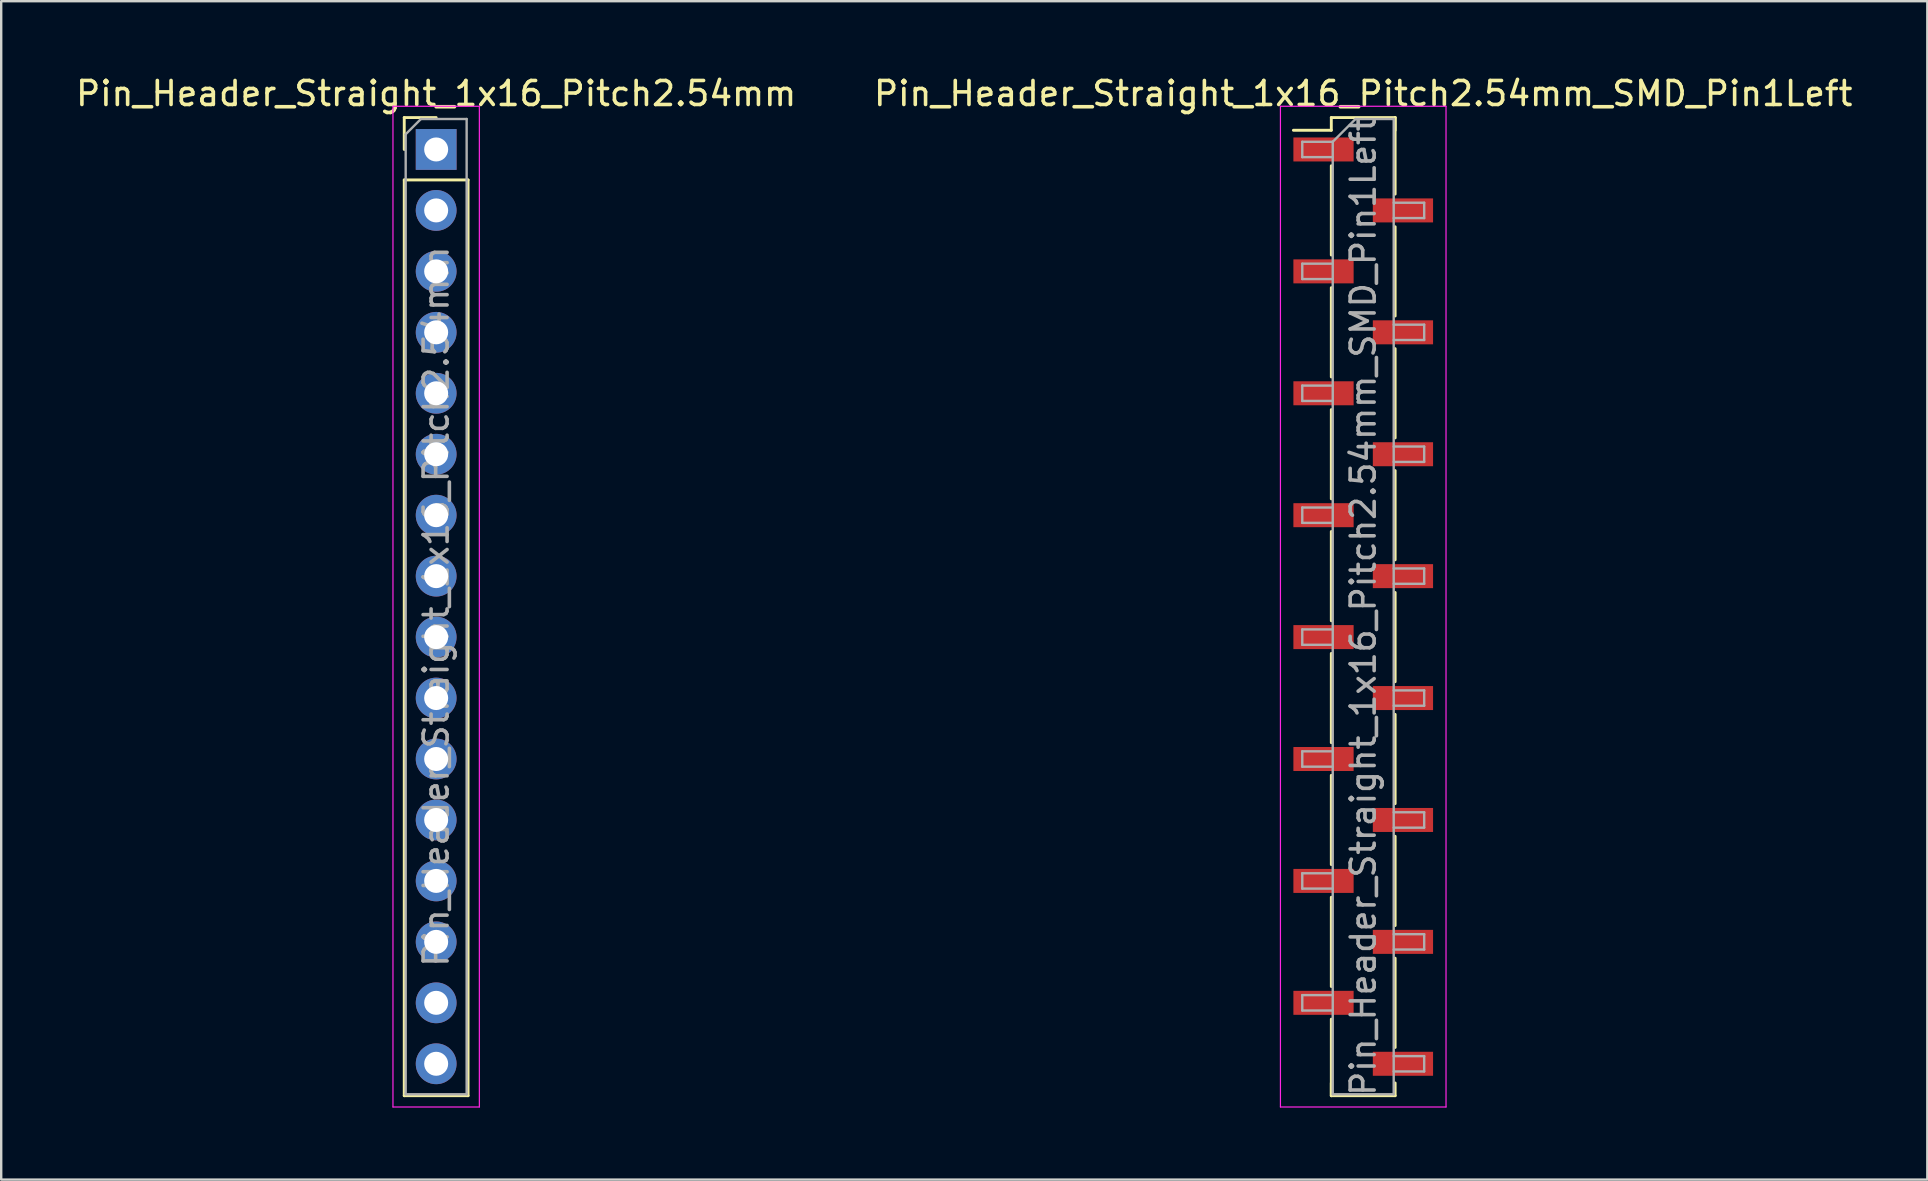
<source format=kicad_pcb>
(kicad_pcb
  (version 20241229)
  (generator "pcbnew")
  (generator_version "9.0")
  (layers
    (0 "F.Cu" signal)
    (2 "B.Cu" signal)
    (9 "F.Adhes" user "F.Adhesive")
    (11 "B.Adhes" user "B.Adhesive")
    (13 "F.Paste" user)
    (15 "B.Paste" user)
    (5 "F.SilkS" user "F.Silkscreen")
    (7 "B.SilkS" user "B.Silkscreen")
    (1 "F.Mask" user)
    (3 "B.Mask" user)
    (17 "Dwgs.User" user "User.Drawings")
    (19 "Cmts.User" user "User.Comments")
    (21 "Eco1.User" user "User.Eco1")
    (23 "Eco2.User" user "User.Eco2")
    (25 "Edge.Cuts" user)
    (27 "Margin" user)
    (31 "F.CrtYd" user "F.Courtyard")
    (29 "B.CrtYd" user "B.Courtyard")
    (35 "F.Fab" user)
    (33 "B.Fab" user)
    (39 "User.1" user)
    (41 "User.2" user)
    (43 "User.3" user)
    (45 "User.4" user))
  (footprint "Pin_Header_Straight_1x16_Pitch2.54mm_SMD_Pin1Left"
    (layer "F.Cu")
    (at 53.756 22.228)
    (property "Reference" "Pin_Header_Straight_1x16_Pitch2.54mm_SMD_Pin1Left" (at 0 -21.38 0) (layer "F.SilkS") (effects (font (size 1 1) (thickness 0.15))))
    (attr smd)
    (fp_line (start -1.33 -20.38) (end 1.33 -20.38) (stroke (width 0.12) (type solid)) (layer "F.SilkS"))
    (fp_line (start -1.33 -19.85) (end -2.91 -19.85) (stroke (width 0.12) (type solid)) (layer "F.SilkS"))
    (fp_line (start -1.33 -19.85) (end -1.33 -20.38) (stroke (width 0.12) (type solid)) (layer "F.SilkS"))
    (fp_line (start -1.33 -18.37) (end -1.33 -14.65) (stroke (width 0.12) (type solid)) (layer "F.SilkS"))
    (fp_line (start -1.33 -13.29) (end -1.33 -9.57) (stroke (width 0.12) (type solid)) (layer "F.SilkS"))
    (fp_line (start -1.33 -8.21) (end -1.33 -4.49) (stroke (width 0.12) (type solid)) (layer "F.SilkS"))
    (fp_line (start -1.33 -3.13) (end -1.33 0.59) (stroke (width 0.12) (type solid)) (layer "F.SilkS"))
    (fp_line (start -1.33 1.95) (end -1.33 5.67) (stroke (width 0.12) (type solid)) (layer "F.SilkS"))
    (fp_line (start -1.33 7.03) (end -1.33 10.75) (stroke (width 0.12) (type solid)) (layer "F.SilkS"))
    (fp_line (start -1.33 12.11) (end -1.33 15.83) (stroke (width 0.12) (type solid)) (layer "F.SilkS"))
    (fp_line (start -1.33 17.19) (end -1.33 20.38) (stroke (width 0.12) (type solid)) (layer "F.SilkS"))
    (fp_line (start -1.33 19.85) (end -1.33 20.38) (stroke (width 0.12) (type solid)) (layer "F.SilkS"))
    (fp_line (start -1.33 20.38) (end 1.33 20.38) (stroke (width 0.12) (type solid)) (layer "F.SilkS"))
    (fp_line (start 1.33 -20.38) (end 1.33 -19.85) (stroke (width 0.12) (type solid)) (layer "F.SilkS"))
    (fp_line (start 1.33 -20.38) (end 1.33 -17.19) (stroke (width 0.12) (type solid)) (layer "F.SilkS"))
    (fp_line (start 1.33 -15.83) (end 1.33 -12.11) (stroke (width 0.12) (type solid)) (layer "F.SilkS"))
    (fp_line (start 1.33 -10.75) (end 1.33 -7.03) (stroke (width 0.12) (type solid)) (layer "F.SilkS"))
    (fp_line (start 1.33 -5.67) (end 1.33 -1.95) (stroke (width 0.12) (type solid)) (layer "F.SilkS"))
    (fp_line (start 1.33 -0.59) (end 1.33 3.13) (stroke (width 0.12) (type solid)) (layer "F.SilkS"))
    (fp_line (start 1.33 4.49) (end 1.33 8.21) (stroke (width 0.12) (type solid)) (layer "F.SilkS"))
    (fp_line (start 1.33 9.57) (end 1.33 13.29) (stroke (width 0.12) (type solid)) (layer "F.SilkS"))
    (fp_line (start 1.33 14.65) (end 1.33 18.37) (stroke (width 0.12) (type solid)) (layer "F.SilkS"))
    (fp_line (start 1.33 20.38) (end 1.33 19.85) (stroke (width 0.12) (type solid)) (layer "F.SilkS"))
    (fp_line (start -3.45 -20.85) (end -3.45 20.85) (stroke (width 0.05) (type solid)) (layer "F.CrtYd"))
    (fp_line (start -3.45 20.85) (end 3.45 20.85) (stroke (width 0.05) (type solid)) (layer "F.CrtYd"))
    (fp_line (start 3.45 -20.85) (end -3.45 -20.85) (stroke (width 0.05) (type solid)) (layer "F.CrtYd"))
    (fp_line (start 3.45 20.85) (end 3.45 -20.85) (stroke (width 0.05) (type solid)) (layer "F.CrtYd"))
    (fp_line (start -2.54 -19.37) (end -2.54 -18.73) (stroke (width 0.1) (type solid)) (layer "F.Fab"))
    (fp_line (start -2.54 -18.73) (end -1.27 -18.73) (stroke (width 0.1) (type solid)) (layer "F.Fab"))
    (fp_line (start -2.54 -14.29) (end -2.54 -13.65) (stroke (width 0.1) (type solid)) (layer "F.Fab"))
    (fp_line (start -2.54 -13.65) (end -1.27 -13.65) (stroke (width 0.1) (type solid)) (layer "F.Fab"))
    (fp_line (start -2.54 -9.21) (end -2.54 -8.57) (stroke (width 0.1) (type solid)) (layer "F.Fab"))
    (fp_line (start -2.54 -8.57) (end -1.27 -8.57) (stroke (width 0.1) (type solid)) (layer "F.Fab"))
    (fp_line (start -2.54 -4.13) (end -2.54 -3.49) (stroke (width 0.1) (type solid)) (layer "F.Fab"))
    (fp_line (start -2.54 -3.49) (end -1.27 -3.49) (stroke (width 0.1) (type solid)) (layer "F.Fab"))
    (fp_line (start -2.54 0.95) (end -2.54 1.59) (stroke (width 0.1) (type solid)) (layer "F.Fab"))
    (fp_line (start -2.54 1.59) (end -1.27 1.59) (stroke (width 0.1) (type solid)) (layer "F.Fab"))
    (fp_line (start -2.54 6.03) (end -2.54 6.67) (stroke (width 0.1) (type solid)) (layer "F.Fab"))
    (fp_line (start -2.54 6.67) (end -1.27 6.67) (stroke (width 0.1) (type solid)) (layer "F.Fab"))
    (fp_line (start -2.54 11.11) (end -2.54 11.75) (stroke (width 0.1) (type solid)) (layer "F.Fab"))
    (fp_line (start -2.54 11.75) (end -1.27 11.75) (stroke (width 0.1) (type solid)) (layer "F.Fab"))
    (fp_line (start -2.54 16.19) (end -2.54 16.83) (stroke (width 0.1) (type solid)) (layer "F.Fab"))
    (fp_line (start -2.54 16.83) (end -1.27 16.83) (stroke (width 0.1) (type solid)) (layer "F.Fab"))
    (fp_line (start -1.27 -19.37) (end -2.54 -19.37) (stroke (width 0.1) (type solid)) (layer "F.Fab"))
    (fp_line (start -1.27 -19.37) (end -0.32 -20.32) (stroke (width 0.1) (type solid)) (layer "F.Fab"))
    (fp_line (start -1.27 -14.29) (end -2.54 -14.29) (stroke (width 0.1) (type solid)) (layer "F.Fab"))
    (fp_line (start -1.27 -9.21) (end -2.54 -9.21) (stroke (width 0.1) (type solid)) (layer "F.Fab"))
    (fp_line (start -1.27 -4.13) (end -2.54 -4.13) (stroke (width 0.1) (type solid)) (layer "F.Fab"))
    (fp_line (start -1.27 0.95) (end -2.54 0.95) (stroke (width 0.1) (type solid)) (layer "F.Fab"))
    (fp_line (start -1.27 6.03) (end -2.54 6.03) (stroke (width 0.1) (type solid)) (layer "F.Fab"))
    (fp_line (start -1.27 11.11) (end -2.54 11.11) (stroke (width 0.1) (type solid)) (layer "F.Fab"))
    (fp_line (start -1.27 16.19) (end -2.54 16.19) (stroke (width 0.1) (type solid)) (layer "F.Fab"))
    (fp_line (start -1.27 20.32) (end -1.27 -19.37) (stroke (width 0.1) (type solid)) (layer "F.Fab"))
    (fp_line (start -0.32 -20.32) (end 1.27 -20.32) (stroke (width 0.1) (type solid)) (layer "F.Fab"))
    (fp_line (start 1.27 -20.32) (end 1.27 20.32) (stroke (width 0.1) (type solid)) (layer "F.Fab"))
    (fp_line (start 1.27 -16.83) (end 2.54 -16.83) (stroke (width 0.1) (type solid)) (layer "F.Fab"))
    (fp_line (start 1.27 -11.75) (end 2.54 -11.75) (stroke (width 0.1) (type solid)) (layer "F.Fab"))
    (fp_line (start 1.27 -6.67) (end 2.54 -6.67) (stroke (width 0.1) (type solid)) (layer "F.Fab"))
    (fp_line (start 1.27 -1.59) (end 2.54 -1.59) (stroke (width 0.1) (type solid)) (layer "F.Fab"))
    (fp_line (start 1.27 3.49) (end 2.54 3.49) (stroke (width 0.1) (type solid)) (layer "F.Fab"))
    (fp_line (start 1.27 8.57) (end 2.54 8.57) (stroke (width 0.1) (type solid)) (layer "F.Fab"))
    (fp_line (start 1.27 13.65) (end 2.54 13.65) (stroke (width 0.1) (type solid)) (layer "F.Fab"))
    (fp_line (start 1.27 18.73) (end 2.54 18.73) (stroke (width 0.1) (type solid)) (layer "F.Fab"))
    (fp_line (start 1.27 20.32) (end -1.27 20.32) (stroke (width 0.1) (type solid)) (layer "F.Fab"))
    (fp_line (start 2.54 -16.83) (end 2.54 -16.19) (stroke (width 0.1) (type solid)) (layer "F.Fab"))
    (fp_line (start 2.54 -16.19) (end 1.27 -16.19) (stroke (width 0.1) (type solid)) (layer "F.Fab"))
    (fp_line (start 2.54 -11.75) (end 2.54 -11.11) (stroke (width 0.1) (type solid)) (layer "F.Fab"))
    (fp_line (start 2.54 -11.11) (end 1.27 -11.11) (stroke (width 0.1) (type solid)) (layer "F.Fab"))
    (fp_line (start 2.54 -6.67) (end 2.54 -6.03) (stroke (width 0.1) (type solid)) (layer "F.Fab"))
    (fp_line (start 2.54 -6.03) (end 1.27 -6.03) (stroke (width 0.1) (type solid)) (layer "F.Fab"))
    (fp_line (start 2.54 -1.59) (end 2.54 -0.95) (stroke (width 0.1) (type solid)) (layer "F.Fab"))
    (fp_line (start 2.54 -0.95) (end 1.27 -0.95) (stroke (width 0.1) (type solid)) (layer "F.Fab"))
    (fp_line (start 2.54 3.49) (end 2.54 4.13) (stroke (width 0.1) (type solid)) (layer "F.Fab"))
    (fp_line (start 2.54 4.13) (end 1.27 4.13) (stroke (width 0.1) (type solid)) (layer "F.Fab"))
    (fp_line (start 2.54 8.57) (end 2.54 9.21) (stroke (width 0.1) (type solid)) (layer "F.Fab"))
    (fp_line (start 2.54 9.21) (end 1.27 9.21) (stroke (width 0.1) (type solid)) (layer "F.Fab"))
    (fp_line (start 2.54 13.65) (end 2.54 14.29) (stroke (width 0.1) (type solid)) (layer "F.Fab"))
    (fp_line (start 2.54 14.29) (end 1.27 14.29) (stroke (width 0.1) (type solid)) (layer "F.Fab"))
    (fp_line (start 2.54 18.73) (end 2.54 19.37) (stroke (width 0.1) (type solid)) (layer "F.Fab"))
    (fp_line (start 2.54 19.37) (end 1.27 19.37) (stroke (width 0.1) (type solid)) (layer "F.Fab"))
    (fp_text user "${REFERENCE}" (at 0 0 90) (layer "F.Fab") (effects (font (size 1 1) (thickness 0.15))))
    (pad "1" smd rect (at -1.655 -19.05) (size 2.51 1) (layers "F.Cu" "F.Mask" "F.Paste"))
    (pad "2" smd rect (at 1.655 -16.51) (size 2.51 1) (layers "F.Cu" "F.Mask" "F.Paste"))
    (pad "3" smd rect (at -1.655 -13.97) (size 2.51 1) (layers "F.Cu" "F.Mask" "F.Paste"))
    (pad "4" smd rect (at 1.655 -11.43) (size 2.51 1) (layers "F.Cu" "F.Mask" "F.Paste"))
    (pad "5" smd rect (at -1.655 -8.89) (size 2.51 1) (layers "F.Cu" "F.Mask" "F.Paste"))
    (pad "6" smd rect (at 1.655 -6.35) (size 2.51 1) (layers "F.Cu" "F.Mask" "F.Paste"))
    (pad "7" smd rect (at -1.655 -3.81) (size 2.51 1) (layers "F.Cu" "F.Mask" "F.Paste"))
    (pad "8" smd rect (at 1.655 -1.27) (size 2.51 1) (layers "F.Cu" "F.Mask" "F.Paste"))
    (pad "9" smd rect (at -1.655 1.27) (size 2.51 1) (layers "F.Cu" "F.Mask" "F.Paste"))
    (pad "10" smd rect (at 1.655 3.81) (size 2.51 1) (layers "F.Cu" "F.Mask" "F.Paste"))
    (pad "11" smd rect (at -1.655 6.35) (size 2.51 1) (layers "F.Cu" "F.Mask" "F.Paste"))
    (pad "12" smd rect (at 1.655 8.89) (size 2.51 1) (layers "F.Cu" "F.Mask" "F.Paste"))
    (pad "13" smd rect (at -1.655 11.43) (size 2.51 1) (layers "F.Cu" "F.Mask" "F.Paste"))
    (pad "14" smd rect (at 1.655 13.97) (size 2.51 1) (layers "F.Cu" "F.Mask" "F.Paste"))
    (pad "15" smd rect (at -1.655 16.51) (size 2.51 1) (layers "F.Cu" "F.Mask" "F.Paste"))
    (pad "16" smd rect (at 1.655 19.05) (size 2.51 1) (layers "F.Cu" "F.Mask" "F.Paste")))
  (footprint "Pin_Header_Straight_1x16_Pitch2.54mm"
    (layer "F.Cu")
    (at 15.125 3.178)
    (property "Reference" "Pin_Header_Straight_1x16_Pitch2.54mm" (at 0 -2.33 0) (layer "F.SilkS") (effects (font (size 1 1) (thickness 0.15))))
    (attr through_hole)
    (fp_line (start -1.33 -1.33) (end 0 -1.33) (stroke (width 0.12) (type solid)) (layer "F.SilkS"))
    (fp_line (start -1.33 0) (end -1.33 -1.33) (stroke (width 0.12) (type solid)) (layer "F.SilkS"))
    (fp_line (start -1.33 1.27) (end -1.33 39.43) (stroke (width 0.12) (type solid)) (layer "F.SilkS"))
    (fp_line (start -1.33 39.43) (end 1.33 39.43) (stroke (width 0.12) (type solid)) (layer "F.SilkS"))
    (fp_line (start 1.33 1.27) (end -1.33 1.27) (stroke (width 0.12) (type solid)) (layer "F.SilkS"))
    (fp_line (start 1.33 39.43) (end 1.33 1.27) (stroke (width 0.12) (type solid)) (layer "F.SilkS"))
    (fp_line (start -1.8 -1.8) (end -1.8 39.9) (stroke (width 0.05) (type solid)) (layer "F.CrtYd"))
    (fp_line (start -1.8 39.9) (end 1.8 39.9) (stroke (width 0.05) (type solid)) (layer "F.CrtYd"))
    (fp_line (start 1.8 -1.8) (end -1.8 -1.8) (stroke (width 0.05) (type solid)) (layer "F.CrtYd"))
    (fp_line (start 1.8 39.9) (end 1.8 -1.8) (stroke (width 0.05) (type solid)) (layer "F.CrtYd"))
    (fp_line (start -1.27 -0.635) (end -0.635 -1.27) (stroke (width 0.1) (type solid)) (layer "F.Fab"))
    (fp_line (start -1.27 39.37) (end -1.27 -0.635) (stroke (width 0.1) (type solid)) (layer "F.Fab"))
    (fp_line (start -0.635 -1.27) (end 1.27 -1.27) (stroke (width 0.1) (type solid)) (layer "F.Fab"))
    (fp_line (start 1.27 -1.27) (end 1.27 39.37) (stroke (width 0.1) (type solid)) (layer "F.Fab"))
    (fp_line (start 1.27 39.37) (end -1.27 39.37) (stroke (width 0.1) (type solid)) (layer "F.Fab"))
    (fp_text user "${REFERENCE}" (at 0 19.05 90) (layer "F.Fab") (effects (font (size 1 1) (thickness 0.15))))
    (pad "1" thru_hole rect (at 0 0) (size 1.7 1.7) (drill 1) (layers "*.Cu" "*.Mask"))
    (pad "2" thru_hole oval (at 0 2.54) (size 1.7 1.7) (drill 1) (layers "*.Cu" "*.Mask"))
    (pad "3" thru_hole oval (at 0 5.08) (size 1.7 1.7) (drill 1) (layers "*.Cu" "*.Mask"))
    (pad "4" thru_hole oval (at 0 7.62) (size 1.7 1.7) (drill 1) (layers "*.Cu" "*.Mask"))
    (pad "5" thru_hole oval (at 0 10.16) (size 1.7 1.7) (drill 1) (layers "*.Cu" "*.Mask"))
    (pad "6" thru_hole oval (at 0 12.7) (size 1.7 1.7) (drill 1) (layers "*.Cu" "*.Mask"))
    (pad "7" thru_hole oval (at 0 15.24) (size 1.7 1.7) (drill 1) (layers "*.Cu" "*.Mask"))
    (pad "8" thru_hole oval (at 0 17.78) (size 1.7 1.7) (drill 1) (layers "*.Cu" "*.Mask"))
    (pad "9" thru_hole oval (at 0 20.32) (size 1.7 1.7) (drill 1) (layers "*.Cu" "*.Mask"))
    (pad "10" thru_hole oval (at 0 22.86) (size 1.7 1.7) (drill 1) (layers "*.Cu" "*.Mask"))
    (pad "11" thru_hole oval (at 0 25.4) (size 1.7 1.7) (drill 1) (layers "*.Cu" "*.Mask"))
    (pad "12" thru_hole oval (at 0 27.94) (size 1.7 1.7) (drill 1) (layers "*.Cu" "*.Mask"))
    (pad "13" thru_hole oval (at 0 30.48) (size 1.7 1.7) (drill 1) (layers "*.Cu" "*.Mask"))
    (pad "14" thru_hole oval (at 0 33.02) (size 1.7 1.7) (drill 1) (layers "*.Cu" "*.Mask"))
    (pad "15" thru_hole oval (at 0 35.56) (size 1.7 1.7) (drill 1) (layers "*.Cu" "*.Mask"))
    (pad "16" thru_hole oval (at 0 38.1) (size 1.7 1.7) (drill 1) (layers "*.Cu" "*.Mask")))
  (gr_rect
    (start -3 -3)
    (end 77.262 46.103)
    (stroke (width 0.1) (type default))
    (fill no)
    (layer "Edge.Cuts")))
</source>
